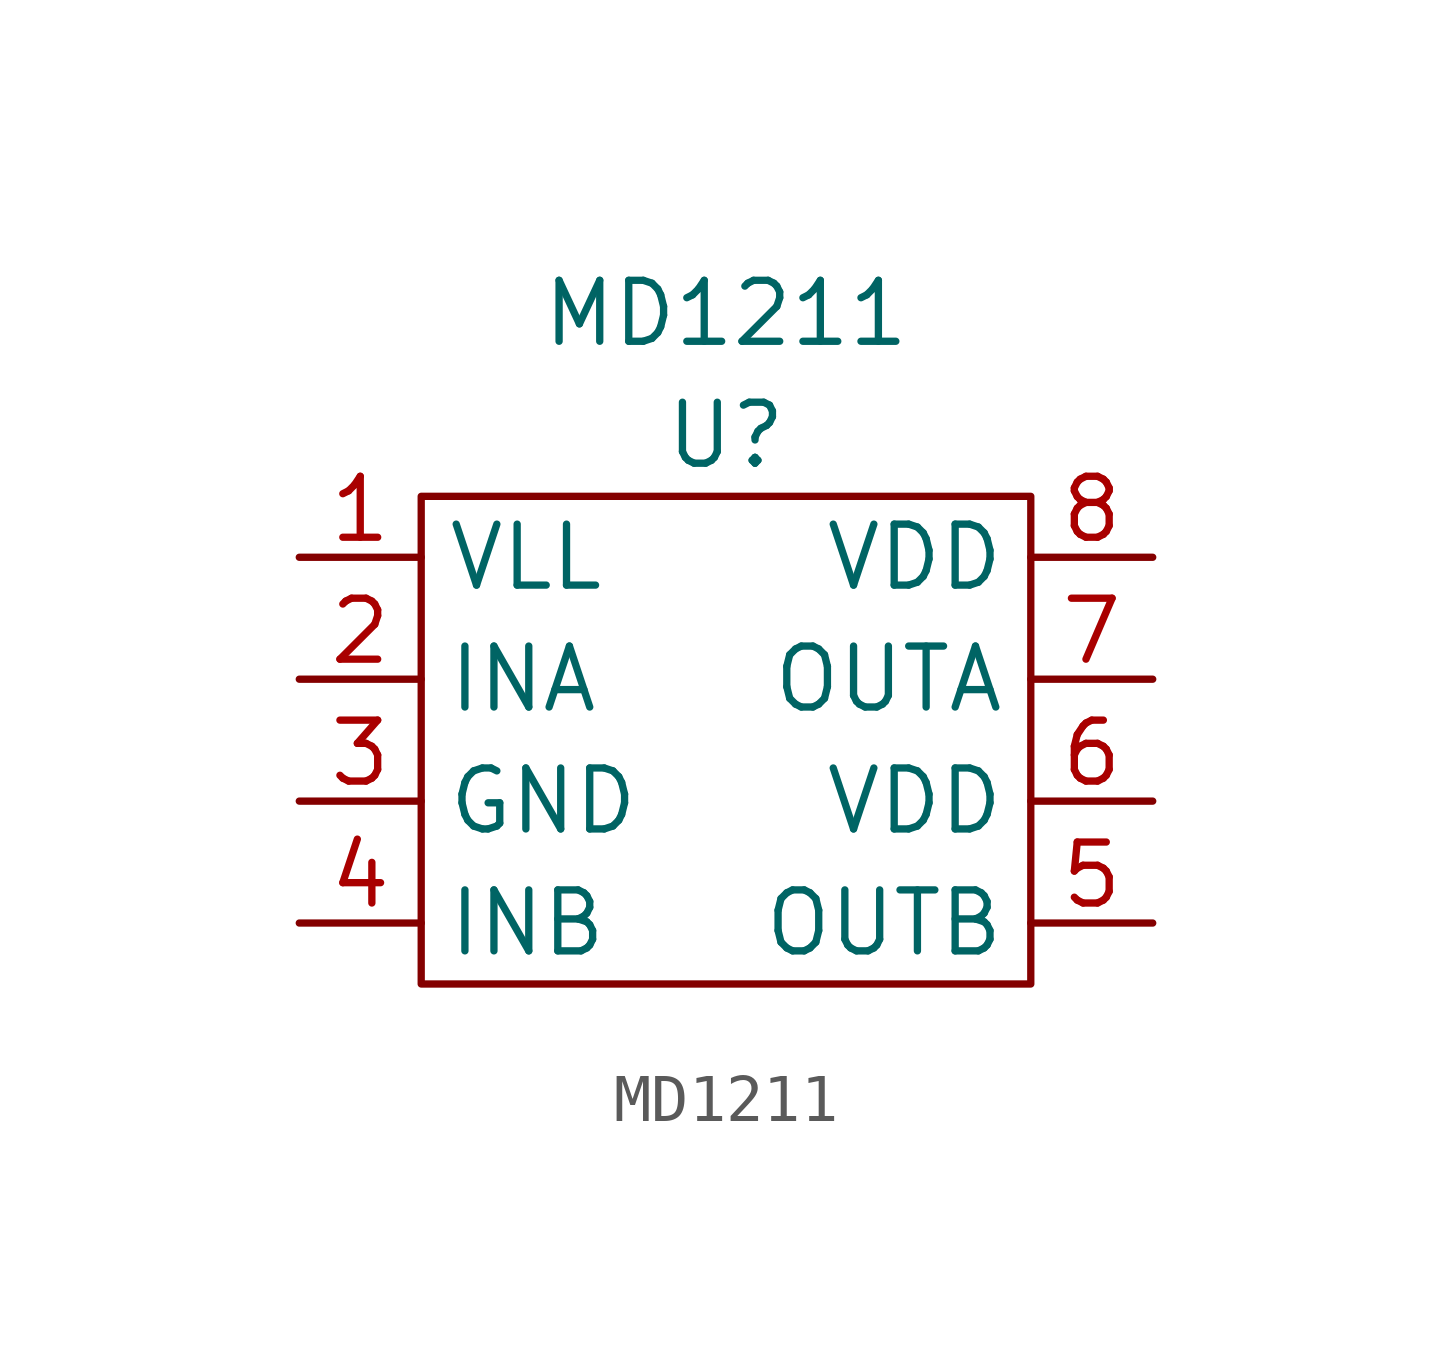
<source format=kicad_sym>
(kicad_symbol_lib
  (version 20211014)
  (generator kicad_symbol_editor)
  (symbol "MD1211"
    (property "Reference" "U"
      (at 0 6.35 0)
      (effects (font (size 1.27 1.27))))
    (property "Value" "MD1211"
      (at 0 8.89 0)
      (effects (font (size 1.27 1.27))))
    (symbol "MD1211_0_1"
      (rectangle (start -6.35 5.08) (end 6.35 -5.08) (stroke (width 0.152) (type default) (color 0 0 0 0)) (fill (type none))))
    (symbol "MD1211_1_1"
      (pin power_in line (at -8.89 3.81 0) (length 2.54) (name "VLL" (effects (font (size 1.27 1.27)))) (number "1" (effects (font (size 1.27 1.27)))))
      (pin input line (at -8.89 1.27 0) (length 2.54) (name "INA" (effects (font (size 1.27 1.27)))) (number "2" (effects (font (size 1.27 1.27)))))
      (pin power_in line (at -8.89 -1.27 0) (length 2.54) (name "GND" (effects (font (size 1.27 1.27)))) (number "3" (effects (font (size 1.27 1.27)))))
      (pin input line (at -8.89 -3.81 0) (length 2.54) (name "INB" (effects (font (size 1.27 1.27)))) (number "4" (effects (font (size 1.27 1.27)))))
      (pin output line (at 8.89 -3.81 180) (length 2.54) (name "OUTB" (effects (font (size 1.27 1.27)))) (number "5" (effects (font (size 1.27 1.27)))))
      (pin power_in line (at 8.89 -1.27 180) (length 2.54) (name "VDD" (effects (font (size 1.27 1.27)))) (number "6" (effects (font (size 1.27 1.27)))))
      (pin output line (at 8.89 1.27 180) (length 2.54) (name "OUTA" (effects (font (size 1.27 1.27)))) (number "7" (effects (font (size 1.27 1.27)))))
      (pin power_in line (at 8.89 3.81 180) (length 2.54) (name "VDD" (effects (font (size 1.27 1.27)))) (number "8" (effects (font (size 1.27 1.27))))))))
</source>
